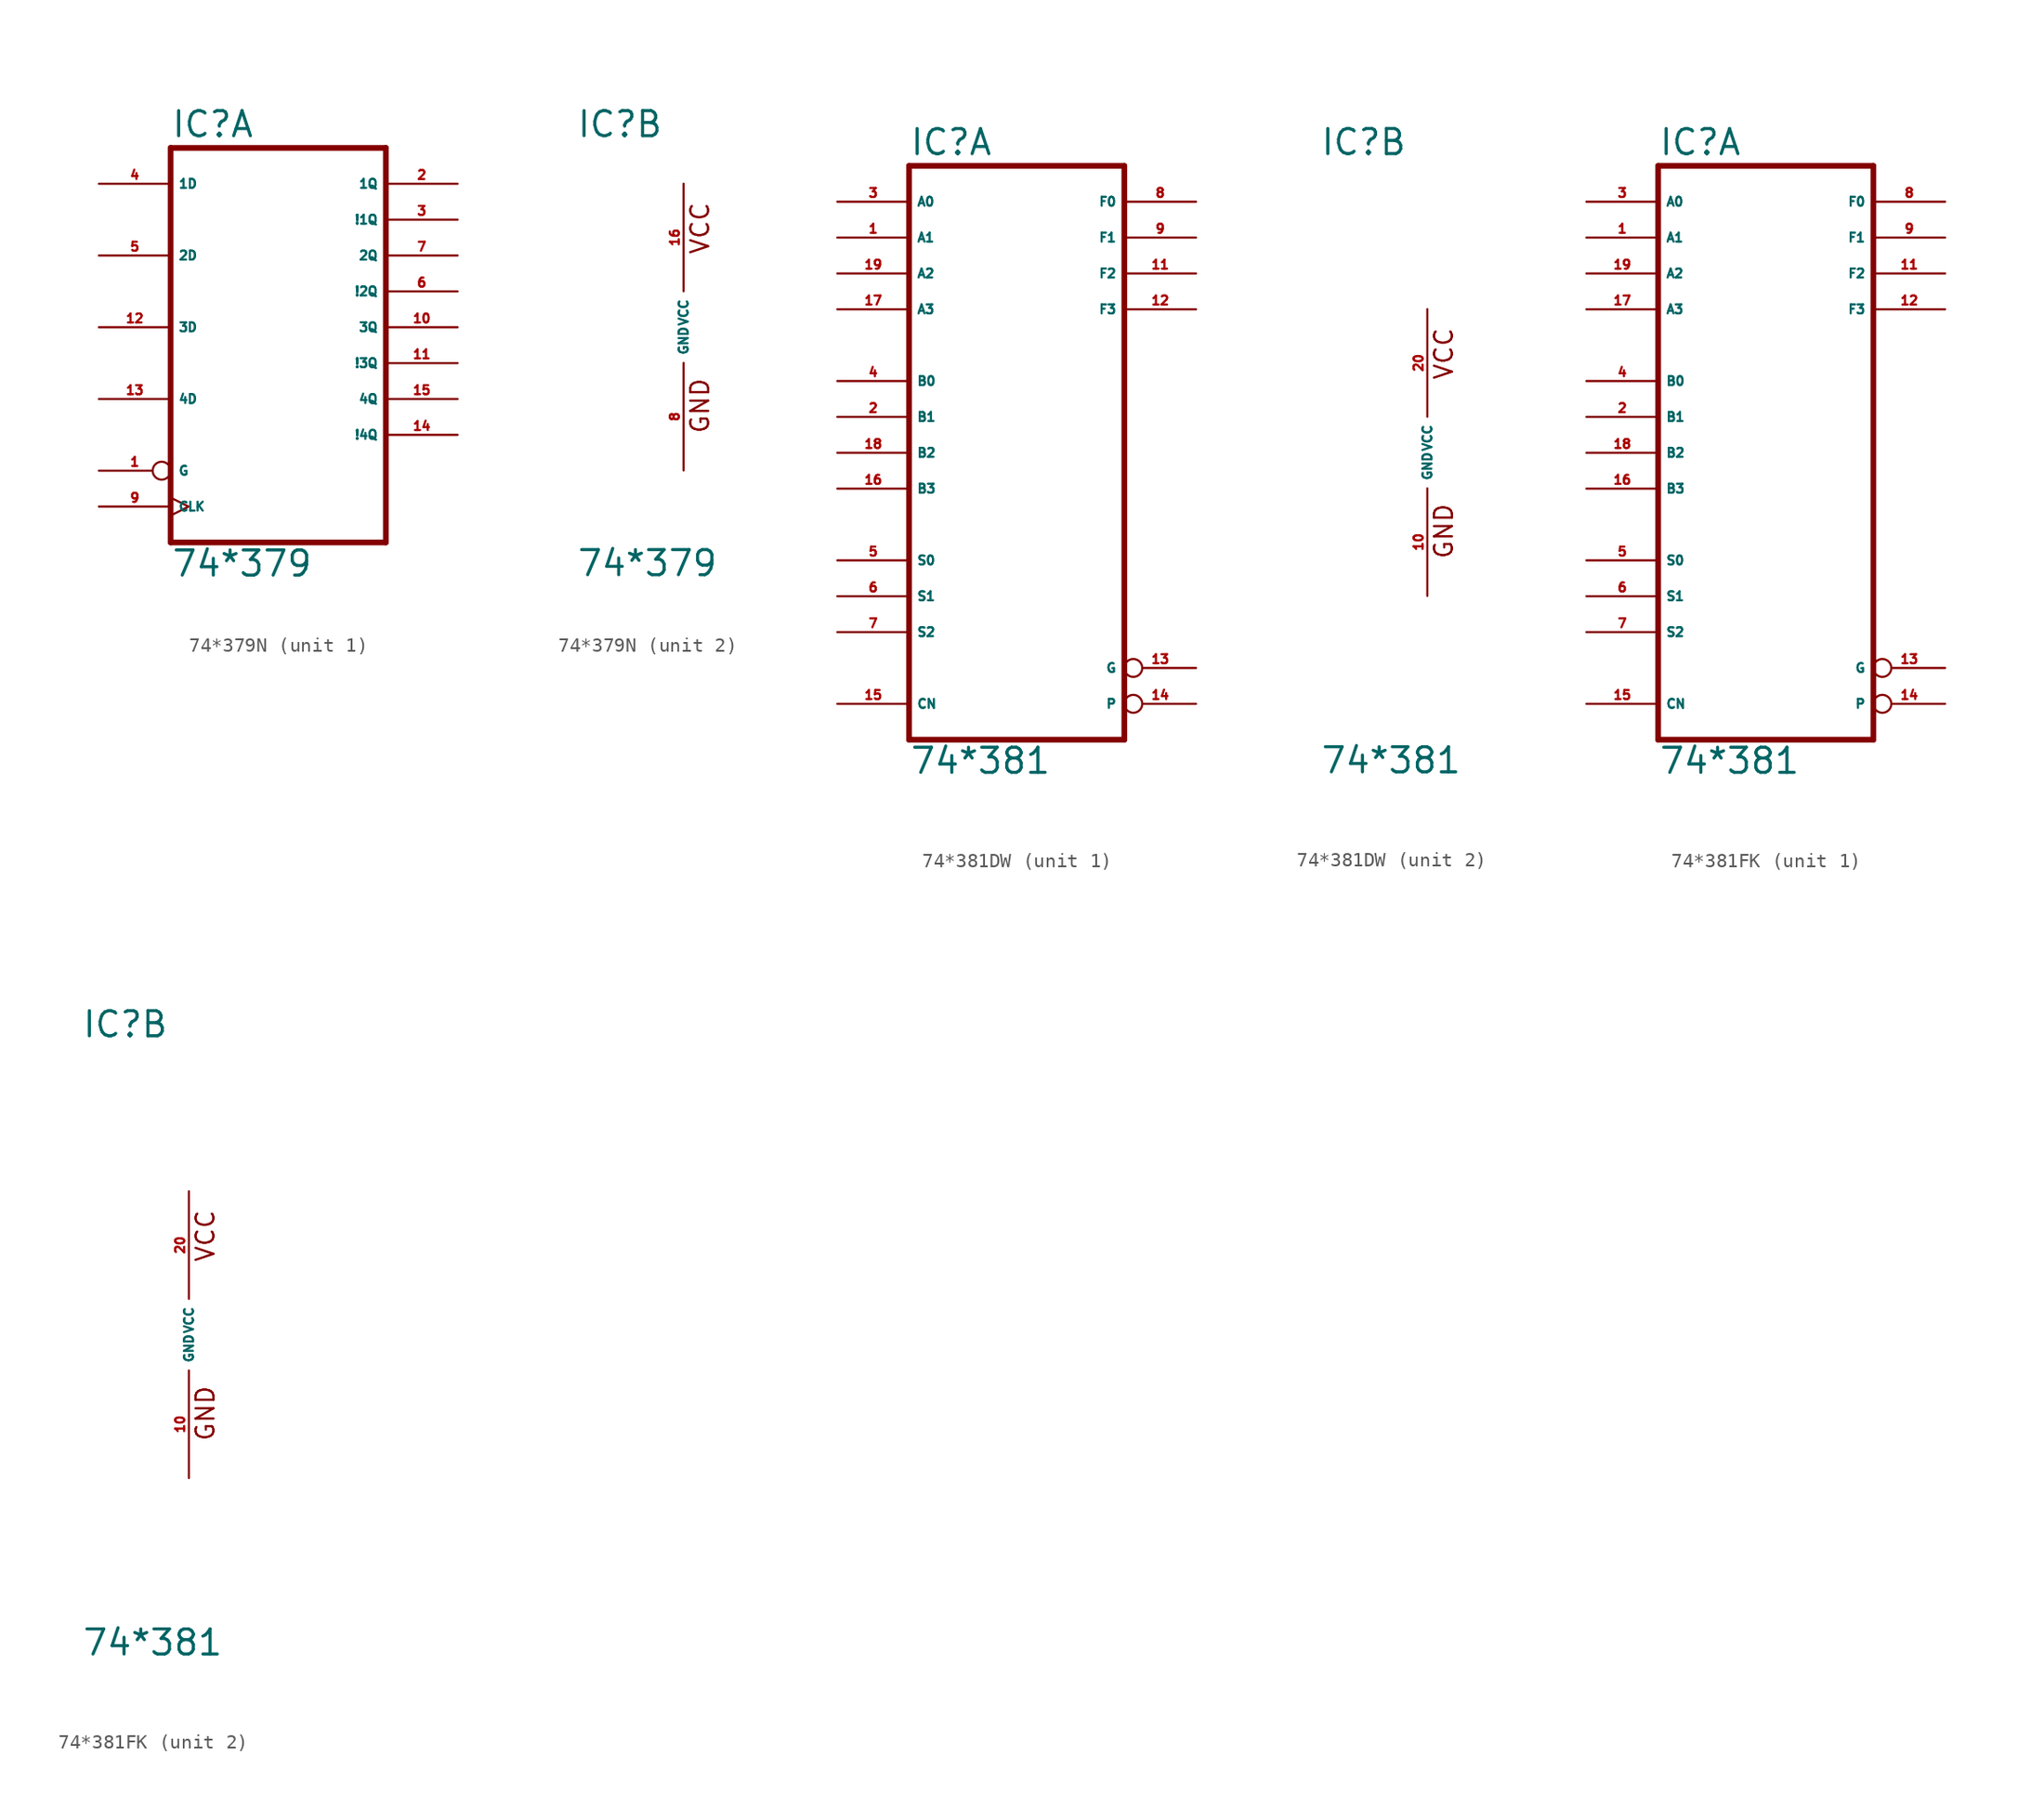
<source format=kicad_sym>
(kicad_symbol_lib
  (version 20220914)
  (generator Eagle2Kicad)
  (symbol "74*379N"
    (property "Reference" "IC"
      (at -7.62 13.335 0)
      (effects (font (size 1.778 1.778) (thickness 0.22)) (justify left bottom)))
    (property "Value" "74*379"
      (at -7.62 -17.78 0)
      (effects (font (size 1.778 1.778) (thickness 0.22)) (justify left bottom)))
    (symbol "74*379N_1_0"
      (polyline (pts (xy -7.62 -15.24) (xy 7.62 -15.24)) (stroke (width 0.406) (type default)) (fill (type none)))
      (polyline (pts (xy 7.62 -15.24) (xy 7.62 12.7)) (stroke (width 0.406) (type default)) (fill (type none)))
      (polyline (pts (xy 7.62 12.7) (xy -7.62 12.7)) (stroke (width 0.406) (type default)) (fill (type none)))
      (polyline (pts (xy -7.62 12.7) (xy -7.62 -15.24)) (stroke (width 0.406) (type default)) (fill (type none)))
      (pin input inverted (at -12.7 -10.16 0) (length 5.08) (name "G" (effects (font (size 0.635 0.635) (thickness 0.08)) (justify left bottom))) (number "1" (effects (font (size 0.635 0.635) (thickness 0.08)) (justify left bottom))))
      (pin output line (at 12.7 10.16 180) (length 5.08) (name "1Q" (effects (font (size 0.635 0.635) (thickness 0.08)) (justify left bottom))) (number "2" (effects (font (size 0.635 0.635) (thickness 0.08)) (justify left bottom))))
      (pin output line (at 12.7 7.62 180) (length 5.08) (name "!1Q" (effects (font (size 0.635 0.635) (thickness 0.08)) (justify left bottom))) (number "3" (effects (font (size 0.635 0.635) (thickness 0.08)) (justify left bottom))))
      (pin input line (at -12.7 10.16 0) (length 5.08) (name "1D" (effects (font (size 0.635 0.635) (thickness 0.08)) (justify left bottom))) (number "4" (effects (font (size 0.635 0.635) (thickness 0.08)) (justify left bottom))))
      (pin input line (at -12.7 5.08 0) (length 5.08) (name "2D" (effects (font (size 0.635 0.635) (thickness 0.08)) (justify left bottom))) (number "5" (effects (font (size 0.635 0.635) (thickness 0.08)) (justify left bottom))))
      (pin output line (at 12.7 2.54 180) (length 5.08) (name "!2Q" (effects (font (size 0.635 0.635) (thickness 0.08)) (justify left bottom))) (number "6" (effects (font (size 0.635 0.635) (thickness 0.08)) (justify left bottom))))
      (pin output line (at 12.7 5.08 180) (length 5.08) (name "2Q" (effects (font (size 0.635 0.635) (thickness 0.08)) (justify left bottom))) (number "7" (effects (font (size 0.635 0.635) (thickness 0.08)) (justify left bottom))))
      (pin input clock (at -12.7 -12.7 0) (length 5.08) (name "CLK" (effects (font (size 0.635 0.635) (thickness 0.08)) (justify left bottom))) (number "9" (effects (font (size 0.635 0.635) (thickness 0.08)) (justify left bottom))))
      (pin output line (at 12.7 0 180) (length 5.08) (name "3Q" (effects (font (size 0.635 0.635) (thickness 0.08)) (justify left bottom))) (number "10" (effects (font (size 0.635 0.635) (thickness 0.08)) (justify left bottom))))
      (pin output line (at 12.7 -2.54 180) (length 5.08) (name "!3Q" (effects (font (size 0.635 0.635) (thickness 0.08)) (justify left bottom))) (number "11" (effects (font (size 0.635 0.635) (thickness 0.08)) (justify left bottom))))
      (pin input line (at -12.7 0 0) (length 5.08) (name "3D" (effects (font (size 0.635 0.635) (thickness 0.08)) (justify left bottom))) (number "12" (effects (font (size 0.635 0.635) (thickness 0.08)) (justify left bottom))))
      (pin input line (at -12.7 -5.08 0) (length 5.08) (name "4D" (effects (font (size 0.635 0.635) (thickness 0.08)) (justify left bottom))) (number "13" (effects (font (size 0.635 0.635) (thickness 0.08)) (justify left bottom))))
      (pin output line (at 12.7 -7.62 180) (length 5.08) (name "!4Q" (effects (font (size 0.635 0.635) (thickness 0.08)) (justify left bottom))) (number "14" (effects (font (size 0.635 0.635) (thickness 0.08)) (justify left bottom))))
      (pin output line (at 12.7 -5.08 180) (length 5.08) (name "4Q" (effects (font (size 0.635 0.635) (thickness 0.08)) (justify left bottom))) (number "15" (effects (font (size 0.635 0.635) (thickness 0.08)) (justify left bottom)))))
    (symbol "74*379N_2_0"
      (text "GND" (at 1.905 -7.62 900) (effects (font (size 1.27 1.27) (thickness 0.16)) (justify left bottom)))
      (text "VCC" (at 1.905 5.08 900) (effects (font (size 1.27 1.27) (thickness 0.16)) (justify left bottom)))
      (pin unspecified line (at 0 -10.16 90) (length 7.62) (name "GND" (effects (font (size 0.635 0.635) (thickness 0.08)) (justify left bottom))) (number "8" (effects (font (size 0.635 0.635) (thickness 0.08)) (justify left bottom))))
      (pin unspecified line (at 0 10.16 270) (length 7.62) (name "VCC" (effects (font (size 0.635 0.635) (thickness 0.08)) (justify left bottom))) (number "16" (effects (font (size 0.635 0.635) (thickness 0.08)) (justify left bottom))))))
  (symbol "74*381DW"
    (property "Reference" "IC"
      (at -7.62 20.955 0)
      (effects (font (size 1.778 1.778) (thickness 0.22)) (justify left bottom)))
    (property "Value" "74*381"
      (at -7.62 -22.86 0)
      (effects (font (size 1.778 1.778) (thickness 0.22)) (justify left bottom)))
    (symbol "74*381DW_1_0"
      (polyline (pts (xy -7.62 -20.32) (xy 7.62 -20.32)) (stroke (width 0.406) (type default)) (fill (type none)))
      (polyline (pts (xy 7.62 -20.32) (xy 7.62 20.32)) (stroke (width 0.406) (type default)) (fill (type none)))
      (polyline (pts (xy 7.62 20.32) (xy -7.62 20.32)) (stroke (width 0.406) (type default)) (fill (type none)))
      (polyline (pts (xy -7.62 20.32) (xy -7.62 -20.32)) (stroke (width 0.406) (type default)) (fill (type none)))
      (pin input line (at -12.7 15.24 0) (length 5.08) (name "A1" (effects (font (size 0.635 0.635) (thickness 0.08)) (justify left bottom))) (number "1" (effects (font (size 0.635 0.635) (thickness 0.08)) (justify left bottom))))
      (pin input line (at -12.7 2.54 0) (length 5.08) (name "B1" (effects (font (size 0.635 0.635) (thickness 0.08)) (justify left bottom))) (number "2" (effects (font (size 0.635 0.635) (thickness 0.08)) (justify left bottom))))
      (pin input line (at -12.7 17.78 0) (length 5.08) (name "A0" (effects (font (size 0.635 0.635) (thickness 0.08)) (justify left bottom))) (number "3" (effects (font (size 0.635 0.635) (thickness 0.08)) (justify left bottom))))
      (pin input line (at -12.7 5.08 0) (length 5.08) (name "B0" (effects (font (size 0.635 0.635) (thickness 0.08)) (justify left bottom))) (number "4" (effects (font (size 0.635 0.635) (thickness 0.08)) (justify left bottom))))
      (pin input line (at -12.7 -7.62 0) (length 5.08) (name "S0" (effects (font (size 0.635 0.635) (thickness 0.08)) (justify left bottom))) (number "5" (effects (font (size 0.635 0.635) (thickness 0.08)) (justify left bottom))))
      (pin input line (at -12.7 -10.16 0) (length 5.08) (name "S1" (effects (font (size 0.635 0.635) (thickness 0.08)) (justify left bottom))) (number "6" (effects (font (size 0.635 0.635) (thickness 0.08)) (justify left bottom))))
      (pin input line (at -12.7 -12.7 0) (length 5.08) (name "S2" (effects (font (size 0.635 0.635) (thickness 0.08)) (justify left bottom))) (number "7" (effects (font (size 0.635 0.635) (thickness 0.08)) (justify left bottom))))
      (pin output line (at 12.7 17.78 180) (length 5.08) (name "F0" (effects (font (size 0.635 0.635) (thickness 0.08)) (justify left bottom))) (number "8" (effects (font (size 0.635 0.635) (thickness 0.08)) (justify left bottom))))
      (pin output line (at 12.7 15.24 180) (length 5.08) (name "F1" (effects (font (size 0.635 0.635) (thickness 0.08)) (justify left bottom))) (number "9" (effects (font (size 0.635 0.635) (thickness 0.08)) (justify left bottom))))
      (pin output line (at 12.7 12.7 180) (length 5.08) (name "F2" (effects (font (size 0.635 0.635) (thickness 0.08)) (justify left bottom))) (number "11" (effects (font (size 0.635 0.635) (thickness 0.08)) (justify left bottom))))
      (pin output line (at 12.7 10.16 180) (length 5.08) (name "F3" (effects (font (size 0.635 0.635) (thickness 0.08)) (justify left bottom))) (number "12" (effects (font (size 0.635 0.635) (thickness 0.08)) (justify left bottom))))
      (pin output inverted (at 12.7 -15.24 180) (length 5.08) (name "G" (effects (font (size 0.635 0.635) (thickness 0.08)) (justify left bottom))) (number "13" (effects (font (size 0.635 0.635) (thickness 0.08)) (justify left bottom))))
      (pin output inverted (at 12.7 -17.78 180) (length 5.08) (name "P" (effects (font (size 0.635 0.635) (thickness 0.08)) (justify left bottom))) (number "14" (effects (font (size 0.635 0.635) (thickness 0.08)) (justify left bottom))))
      (pin input line (at -12.7 -17.78 0) (length 5.08) (name "CN" (effects (font (size 0.635 0.635) (thickness 0.08)) (justify left bottom))) (number "15" (effects (font (size 0.635 0.635) (thickness 0.08)) (justify left bottom))))
      (pin input line (at -12.7 -2.54 0) (length 5.08) (name "B3" (effects (font (size 0.635 0.635) (thickness 0.08)) (justify left bottom))) (number "16" (effects (font (size 0.635 0.635) (thickness 0.08)) (justify left bottom))))
      (pin input line (at -12.7 10.16 0) (length 5.08) (name "A3" (effects (font (size 0.635 0.635) (thickness 0.08)) (justify left bottom))) (number "17" (effects (font (size 0.635 0.635) (thickness 0.08)) (justify left bottom))))
      (pin input line (at -12.7 0 0) (length 5.08) (name "B2" (effects (font (size 0.635 0.635) (thickness 0.08)) (justify left bottom))) (number "18" (effects (font (size 0.635 0.635) (thickness 0.08)) (justify left bottom))))
      (pin input line (at -12.7 12.7 0) (length 5.08) (name "A2" (effects (font (size 0.635 0.635) (thickness 0.08)) (justify left bottom))) (number "19" (effects (font (size 0.635 0.635) (thickness 0.08)) (justify left bottom)))))
    (symbol "74*381DW_2_0"
      (text "GND" (at 1.905 -7.62 900) (effects (font (size 1.27 1.27) (thickness 0.16)) (justify left bottom)))
      (text "VCC" (at 1.905 5.08 900) (effects (font (size 1.27 1.27) (thickness 0.16)) (justify left bottom)))
      (pin unspecified line (at 0 -10.16 90) (length 7.62) (name "GND" (effects (font (size 0.635 0.635) (thickness 0.08)) (justify left bottom))) (number "10" (effects (font (size 0.635 0.635) (thickness 0.08)) (justify left bottom))))
      (pin unspecified line (at 0 10.16 270) (length 7.62) (name "VCC" (effects (font (size 0.635 0.635) (thickness 0.08)) (justify left bottom))) (number "20" (effects (font (size 0.635 0.635) (thickness 0.08)) (justify left bottom))))))
  (symbol "74*381FK"
    (property "Reference" "IC"
      (at -7.62 20.955 0)
      (effects (font (size 1.778 1.778) (thickness 0.22)) (justify left bottom)))
    (property "Value" "74*381"
      (at -7.62 -22.86 0)
      (effects (font (size 1.778 1.778) (thickness 0.22)) (justify left bottom)))
    (symbol "74*381FK_1_0"
      (polyline (pts (xy -7.62 -20.32) (xy 7.62 -20.32)) (stroke (width 0.406) (type default)) (fill (type none)))
      (polyline (pts (xy 7.62 -20.32) (xy 7.62 20.32)) (stroke (width 0.406) (type default)) (fill (type none)))
      (polyline (pts (xy 7.62 20.32) (xy -7.62 20.32)) (stroke (width 0.406) (type default)) (fill (type none)))
      (polyline (pts (xy -7.62 20.32) (xy -7.62 -20.32)) (stroke (width 0.406) (type default)) (fill (type none)))
      (pin input line (at -12.7 15.24 0) (length 5.08) (name "A1" (effects (font (size 0.635 0.635) (thickness 0.08)) (justify left bottom))) (number "1" (effects (font (size 0.635 0.635) (thickness 0.08)) (justify left bottom))))
      (pin input line (at -12.7 2.54 0) (length 5.08) (name "B1" (effects (font (size 0.635 0.635) (thickness 0.08)) (justify left bottom))) (number "2" (effects (font (size 0.635 0.635) (thickness 0.08)) (justify left bottom))))
      (pin input line (at -12.7 17.78 0) (length 5.08) (name "A0" (effects (font (size 0.635 0.635) (thickness 0.08)) (justify left bottom))) (number "3" (effects (font (size 0.635 0.635) (thickness 0.08)) (justify left bottom))))
      (pin input line (at -12.7 5.08 0) (length 5.08) (name "B0" (effects (font (size 0.635 0.635) (thickness 0.08)) (justify left bottom))) (number "4" (effects (font (size 0.635 0.635) (thickness 0.08)) (justify left bottom))))
      (pin input line (at -12.7 -7.62 0) (length 5.08) (name "S0" (effects (font (size 0.635 0.635) (thickness 0.08)) (justify left bottom))) (number "5" (effects (font (size 0.635 0.635) (thickness 0.08)) (justify left bottom))))
      (pin input line (at -12.7 -10.16 0) (length 5.08) (name "S1" (effects (font (size 0.635 0.635) (thickness 0.08)) (justify left bottom))) (number "6" (effects (font (size 0.635 0.635) (thickness 0.08)) (justify left bottom))))
      (pin input line (at -12.7 -12.7 0) (length 5.08) (name "S2" (effects (font (size 0.635 0.635) (thickness 0.08)) (justify left bottom))) (number "7" (effects (font (size 0.635 0.635) (thickness 0.08)) (justify left bottom))))
      (pin output line (at 12.7 17.78 180) (length 5.08) (name "F0" (effects (font (size 0.635 0.635) (thickness 0.08)) (justify left bottom))) (number "8" (effects (font (size 0.635 0.635) (thickness 0.08)) (justify left bottom))))
      (pin output line (at 12.7 15.24 180) (length 5.08) (name "F1" (effects (font (size 0.635 0.635) (thickness 0.08)) (justify left bottom))) (number "9" (effects (font (size 0.635 0.635) (thickness 0.08)) (justify left bottom))))
      (pin output line (at 12.7 12.7 180) (length 5.08) (name "F2" (effects (font (size 0.635 0.635) (thickness 0.08)) (justify left bottom))) (number "11" (effects (font (size 0.635 0.635) (thickness 0.08)) (justify left bottom))))
      (pin output line (at 12.7 10.16 180) (length 5.08) (name "F3" (effects (font (size 0.635 0.635) (thickness 0.08)) (justify left bottom))) (number "12" (effects (font (size 0.635 0.635) (thickness 0.08)) (justify left bottom))))
      (pin output inverted (at 12.7 -15.24 180) (length 5.08) (name "G" (effects (font (size 0.635 0.635) (thickness 0.08)) (justify left bottom))) (number "13" (effects (font (size 0.635 0.635) (thickness 0.08)) (justify left bottom))))
      (pin output inverted (at 12.7 -17.78 180) (length 5.08) (name "P" (effects (font (size 0.635 0.635) (thickness 0.08)) (justify left bottom))) (number "14" (effects (font (size 0.635 0.635) (thickness 0.08)) (justify left bottom))))
      (pin input line (at -12.7 -17.78 0) (length 5.08) (name "CN" (effects (font (size 0.635 0.635) (thickness 0.08)) (justify left bottom))) (number "15" (effects (font (size 0.635 0.635) (thickness 0.08)) (justify left bottom))))
      (pin input line (at -12.7 -2.54 0) (length 5.08) (name "B3" (effects (font (size 0.635 0.635) (thickness 0.08)) (justify left bottom))) (number "16" (effects (font (size 0.635 0.635) (thickness 0.08)) (justify left bottom))))
      (pin input line (at -12.7 10.16 0) (length 5.08) (name "A3" (effects (font (size 0.635 0.635) (thickness 0.08)) (justify left bottom))) (number "17" (effects (font (size 0.635 0.635) (thickness 0.08)) (justify left bottom))))
      (pin input line (at -12.7 0 0) (length 5.08) (name "B2" (effects (font (size 0.635 0.635) (thickness 0.08)) (justify left bottom))) (number "18" (effects (font (size 0.635 0.635) (thickness 0.08)) (justify left bottom))))
      (pin input line (at -12.7 12.7 0) (length 5.08) (name "A2" (effects (font (size 0.635 0.635) (thickness 0.08)) (justify left bottom))) (number "19" (effects (font (size 0.635 0.635) (thickness 0.08)) (justify left bottom)))))
    (symbol "74*381FK_2_0"
      (text "GND" (at 1.905 -7.62 900) (effects (font (size 1.27 1.27) (thickness 0.16)) (justify left bottom)))
      (text "VCC" (at 1.905 5.08 900) (effects (font (size 1.27 1.27) (thickness 0.16)) (justify left bottom)))
      (pin unspecified line (at 0 -10.16 90) (length 7.62) (name "GND" (effects (font (size 0.635 0.635) (thickness 0.08)) (justify left bottom))) (number "10" (effects (font (size 0.635 0.635) (thickness 0.08)) (justify left bottom))))
      (pin unspecified line (at 0 10.16 270) (length 7.62) (name "VCC" (effects (font (size 0.635 0.635) (thickness 0.08)) (justify left bottom))) (number "20" (effects (font (size 0.635 0.635) (thickness 0.08)) (justify left bottom)))))))
</source>
